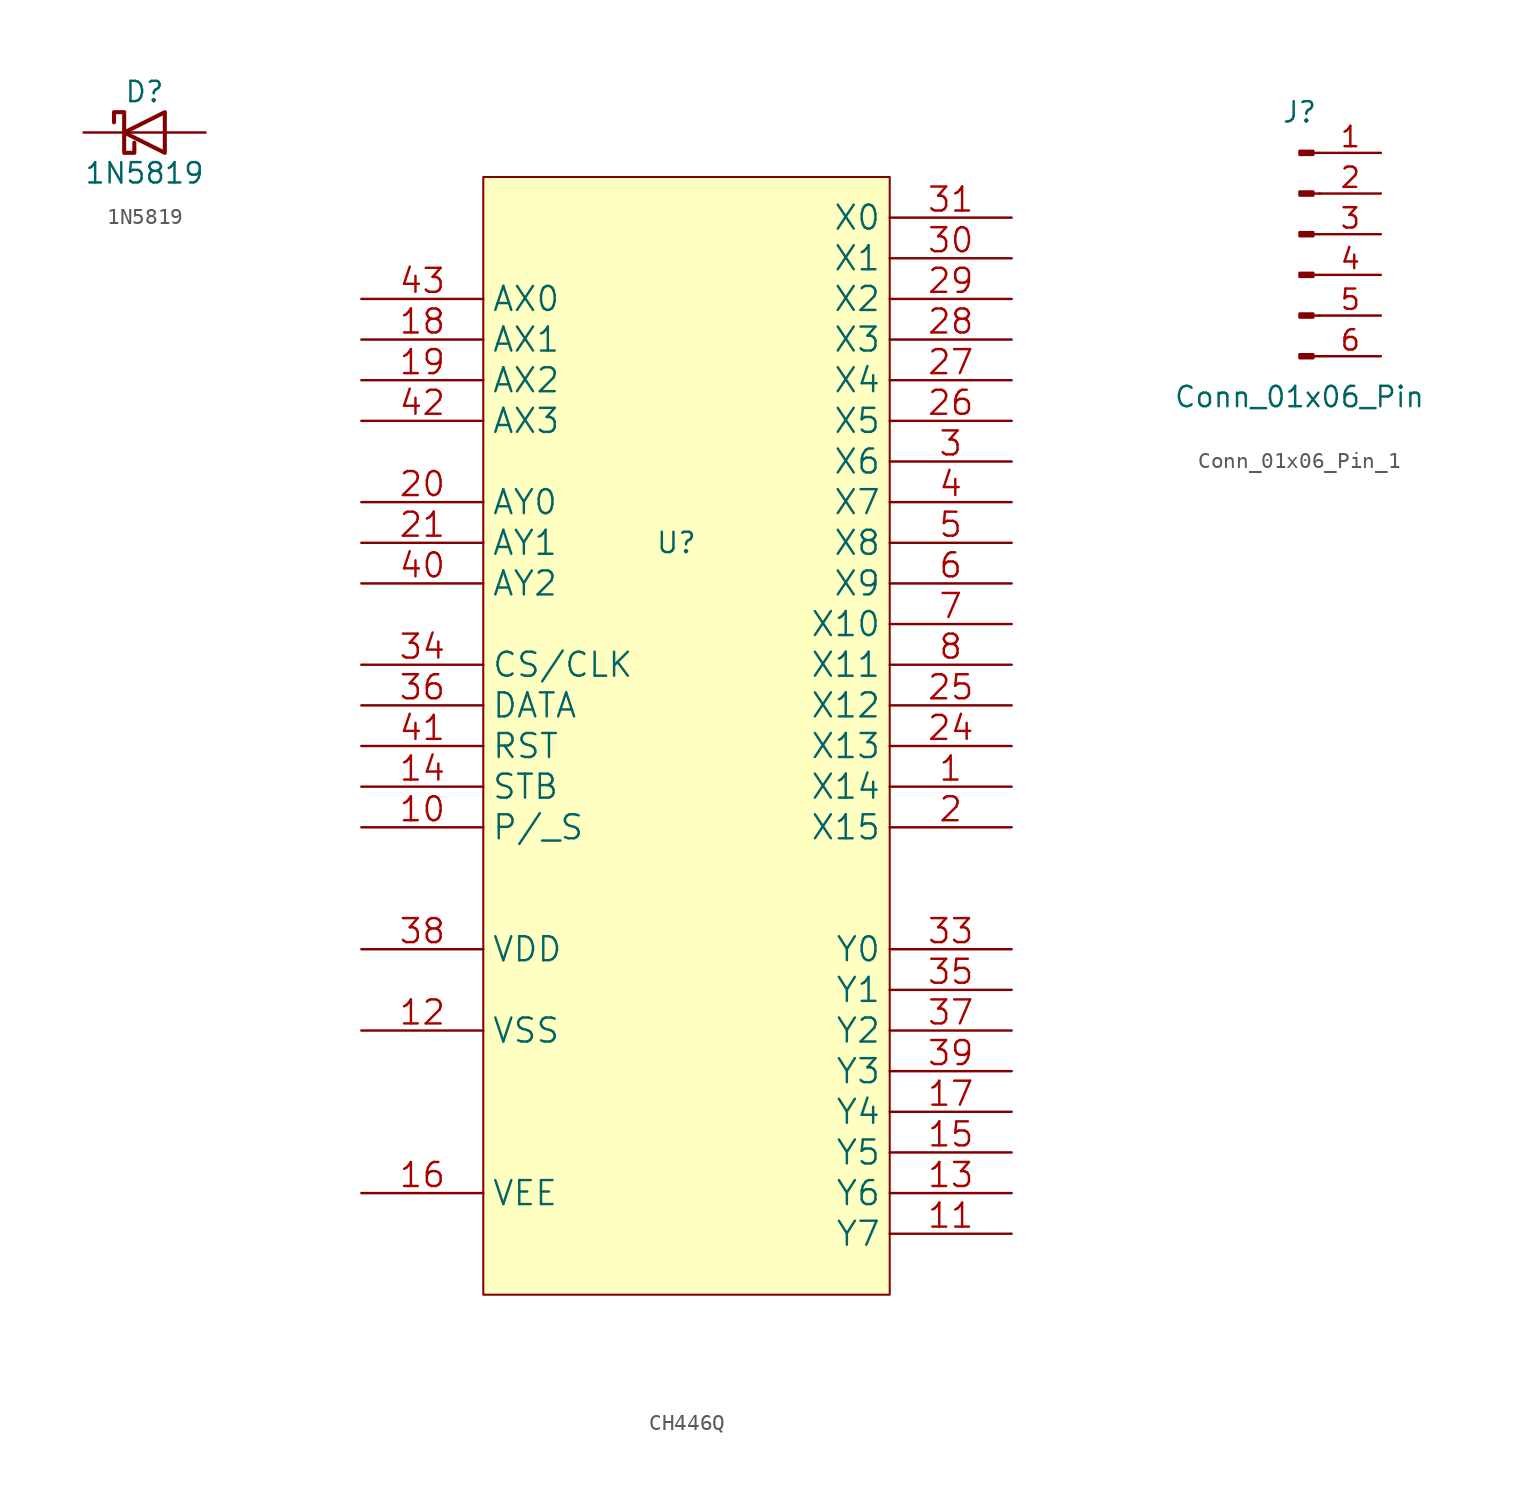
<source format=kicad_sym>
(kicad_symbol_lib
  (version 20220914)
  (generator kicad_symbol_editor)
  (symbol "1N5819"
    (pin_numbers hide)
    (pin_names
      (offset 1.016) hide)
    (property "Reference" "D"
      (at 0 2.54 0)
      (effects (font (size 1.27 1.27))))
    (property "Value" "1N5819"
      (at 0 -2.54 0)
      (effects (font (size 1.27 1.27))))
    (symbol "1N5819_0_1"
      (polyline (pts (xy 1.27 0) (xy -1.27 0)) (stroke (width 0) (type default)) (fill (type none)))
      (polyline (pts (xy 1.27 1.27) (xy 1.27 -1.27) (xy -1.27 0) (xy 1.27 1.27)) (stroke (width 0.254) (type default)) (fill (type none)))
      (polyline (pts (xy -1.905 0.635) (xy -1.905 1.27) (xy -1.27 1.27) (xy -1.27 -1.27) (xy -0.635 -1.27) (xy -0.635 -0.635)) (stroke (width 0.254) (type default)) (fill (type none))))
    (symbol "1N5819_1_1"
      (pin passive line (at -3.81 0 0) (length 2.54) (name "K" (effects (font (size 1.27 1.27)))) (number "1" (effects (font (size 1.27 1.27)))))
      (pin passive line (at 3.81 0 180) (length 2.54) (name "A" (effects (font (size 1.27 1.27)))) (number "2" (effects (font (size 1.27 1.27)))))))
  (symbol "CH446Q"
    (property "Reference" "U"
      (at 0 12.7 0)
      (effects (font (size 1.27 1.27))))
    (property "Value" ""
      (at 0 0 0)
      (effects (font (size 1.27 1.27))))
    (symbol "CH446Q_1_1"
      (rectangle (start -12.065 35.56) (end 13.335 -34.29) (stroke (width 0.127) (type default)) (fill (type background)))
      (pin bidirectional line (at 20.955 -2.54 180) (length 7.62) (name "X14" (effects (font (size 1.499 1.499)))) (number "1" (effects (font (size 1.499 1.499)))))
      (pin input line (at -19.685 -5.08 0) (length 7.62) (name "P/_S" (effects (font (size 1.499 1.499)))) (number "10" (effects (font (size 1.499 1.499)))))
      (pin bidirectional line (at 20.955 -30.48 180) (length 7.62) (name "Y7" (effects (font (size 1.499 1.499)))) (number "11" (effects (font (size 1.499 1.499)))))
      (pin power_in line (at -19.685 -17.78 0) (length 7.62) (name "VSS" (effects (font (size 1.499 1.499)))) (number "12" (effects (font (size 1.499 1.499)))))
      (pin bidirectional line (at 20.955 -27.94 180) (length 7.62) (name "Y6" (effects (font (size 1.499 1.499)))) (number "13" (effects (font (size 1.499 1.499)))))
      (pin input line (at -19.685 -2.54 0) (length 7.62) (name "STB" (effects (font (size 1.499 1.499)))) (number "14" (effects (font (size 1.499 1.499)))))
      (pin bidirectional line (at 20.955 -25.4 180) (length 7.62) (name "Y5" (effects (font (size 1.499 1.499)))) (number "15" (effects (font (size 1.499 1.499)))))
      (pin power_in line (at -19.685 -27.94 0) (length 7.62) (name "VEE" (effects (font (size 1.499 1.499)))) (number "16" (effects (font (size 1.499 1.499)))))
      (pin bidirectional line (at 20.955 -22.86 180) (length 7.62) (name "Y4" (effects (font (size 1.499 1.499)))) (number "17" (effects (font (size 1.499 1.499)))))
      (pin input line (at -19.685 25.4 0) (length 7.62) (name "AX1" (effects (font (size 1.499 1.499)))) (number "18" (effects (font (size 1.499 1.499)))))
      (pin input line (at -19.685 22.86 0) (length 7.62) (name "AX2" (effects (font (size 1.499 1.499)))) (number "19" (effects (font (size 1.499 1.499)))))
      (pin bidirectional line (at 20.955 -5.08 180) (length 7.62) (name "X15" (effects (font (size 1.499 1.499)))) (number "2" (effects (font (size 1.499 1.499)))))
      (pin input line (at -19.685 15.24 0) (length 7.62) (name "AY0" (effects (font (size 1.499 1.499)))) (number "20" (effects (font (size 1.499 1.499)))))
      (pin input line (at -19.685 12.7 0) (length 7.62) (name "AY1" (effects (font (size 1.499 1.499)))) (number "21" (effects (font (size 1.499 1.499)))))
      (pin bidirectional line (at 20.955 0 180) (length 7.62) (name "X13" (effects (font (size 1.499 1.499)))) (number "24" (effects (font (size 1.499 1.499)))))
      (pin bidirectional line (at 20.955 2.54 180) (length 7.62) (name "X12" (effects (font (size 1.499 1.499)))) (number "25" (effects (font (size 1.499 1.499)))))
      (pin bidirectional line (at 20.955 20.32 180) (length 7.62) (name "X5" (effects (font (size 1.499 1.499)))) (number "26" (effects (font (size 1.499 1.499)))))
      (pin bidirectional line (at 20.955 22.86 180) (length 7.62) (name "X4" (effects (font (size 1.499 1.499)))) (number "27" (effects (font (size 1.499 1.499)))))
      (pin bidirectional line (at 20.955 25.4 180) (length 7.62) (name "X3" (effects (font (size 1.499 1.499)))) (number "28" (effects (font (size 1.499 1.499)))))
      (pin bidirectional line (at 20.955 27.94 180) (length 7.62) (name "X2" (effects (font (size 1.499 1.499)))) (number "29" (effects (font (size 1.499 1.499)))))
      (pin bidirectional line (at 20.955 17.78 180) (length 7.62) (name "X6" (effects (font (size 1.499 1.499)))) (number "3" (effects (font (size 1.499 1.499)))))
      (pin bidirectional line (at 20.955 30.48 180) (length 7.62) (name "X1" (effects (font (size 1.499 1.499)))) (number "30" (effects (font (size 1.499 1.499)))))
      (pin bidirectional line (at 20.955 33.02 180) (length 7.62) (name "X0" (effects (font (size 1.499 1.499)))) (number "31" (effects (font (size 1.499 1.499)))))
      (pin bidirectional line (at 20.955 -12.7 180) (length 7.62) (name "Y0" (effects (font (size 1.499 1.499)))) (number "33" (effects (font (size 1.499 1.499)))))
      (pin input line (at -19.685 5.08 0) (length 7.62) (name "CS/CLK" (effects (font (size 1.499 1.499)))) (number "34" (effects (font (size 1.499 1.499)))))
      (pin bidirectional line (at 20.955 -15.24 180) (length 7.62) (name "Y1" (effects (font (size 1.499 1.499)))) (number "35" (effects (font (size 1.499 1.499)))))
      (pin input line (at -19.685 2.54 0) (length 7.62) (name "DATA" (effects (font (size 1.499 1.499)))) (number "36" (effects (font (size 1.499 1.499)))))
      (pin bidirectional line (at 20.955 -17.78 180) (length 7.62) (name "Y2" (effects (font (size 1.499 1.499)))) (number "37" (effects (font (size 1.499 1.499)))))
      (pin power_in line (at -19.685 -12.7 0) (length 7.62) (name "VDD" (effects (font (size 1.499 1.499)))) (number "38" (effects (font (size 1.499 1.499)))))
      (pin bidirectional line (at 20.955 -20.32 180) (length 7.62) (name "Y3" (effects (font (size 1.499 1.499)))) (number "39" (effects (font (size 1.499 1.499)))))
      (pin bidirectional line (at 20.955 15.24 180) (length 7.62) (name "X7" (effects (font (size 1.499 1.499)))) (number "4" (effects (font (size 1.499 1.499)))))
      (pin input line (at -19.685 10.16 0) (length 7.62) (name "AY2" (effects (font (size 1.499 1.499)))) (number "40" (effects (font (size 1.499 1.499)))))
      (pin input line (at -19.685 0 0) (length 7.62) (name "RST" (effects (font (size 1.499 1.499)))) (number "41" (effects (font (size 1.499 1.499)))))
      (pin input line (at -19.685 20.32 0) (length 7.62) (name "AX3" (effects (font (size 1.499 1.499)))) (number "42" (effects (font (size 1.499 1.499)))))
      (pin input line (at -19.685 27.94 0) (length 7.62) (name "AX0" (effects (font (size 1.499 1.499)))) (number "43" (effects (font (size 1.499 1.499)))))
      (pin bidirectional line (at 20.955 12.7 180) (length 7.62) (name "X8" (effects (font (size 1.499 1.499)))) (number "5" (effects (font (size 1.499 1.499)))))
      (pin bidirectional line (at 20.955 10.16 180) (length 7.62) (name "X9" (effects (font (size 1.499 1.499)))) (number "6" (effects (font (size 1.499 1.499)))))
      (pin bidirectional line (at 20.955 7.62 180) (length 7.62) (name "X10" (effects (font (size 1.499 1.499)))) (number "7" (effects (font (size 1.499 1.499)))))
      (pin bidirectional line (at 20.955 5.08 180) (length 7.62) (name "X11" (effects (font (size 1.499 1.499)))) (number "8" (effects (font (size 1.499 1.499)))))))
  (symbol "Conn_01x06_Pin_1"
    (pin_names
      (offset 1.016) hide)
    (property "Reference" "J"
      (at 0 7.62 0)
      (effects (font (size 1.27 1.27))))
    (property "Value" "Conn_01x06_Pin"
      (at 0 -10.16 0)
      (effects (font (size 1.27 1.27))))
    (property "ki_locked" ""
      (at 0 0 0)
      (effects (font (size 1.27 1.27))))
    (symbol "Conn_01x06_Pin_1_1_1"
      (polyline (pts (xy 1.27 -7.62) (xy 0.864 -7.62)) (stroke (width 0.152) (type default)) (fill (type none)))
      (polyline (pts (xy 1.27 -5.08) (xy 0.864 -5.08)) (stroke (width 0.152) (type default)) (fill (type none)))
      (polyline (pts (xy 1.27 -2.54) (xy 0.864 -2.54)) (stroke (width 0.152) (type default)) (fill (type none)))
      (polyline (pts (xy 1.27 0) (xy 0.864 0)) (stroke (width 0.152) (type default)) (fill (type none)))
      (polyline (pts (xy 1.27 2.54) (xy 0.864 2.54)) (stroke (width 0.152) (type default)) (fill (type none)))
      (polyline (pts (xy 1.27 5.08) (xy 0.864 5.08)) (stroke (width 0.152) (type default)) (fill (type none)))
      (rectangle (start 0.864 -7.493) (end 0 -7.747) (stroke (width 0.152) (type default)) (fill (type outline)))
      (rectangle (start 0.864 -4.953) (end 0 -5.207) (stroke (width 0.152) (type default)) (fill (type outline)))
      (rectangle (start 0.864 -2.413) (end 0 -2.667) (stroke (width 0.152) (type default)) (fill (type outline)))
      (rectangle (start 0.864 0.127) (end 0 -0.127) (stroke (width 0.152) (type default)) (fill (type outline)))
      (rectangle (start 0.864 2.667) (end 0 2.413) (stroke (width 0.152) (type default)) (fill (type outline)))
      (rectangle (start 0.864 5.207) (end 0 4.953) (stroke (width 0.152) (type default)) (fill (type outline)))
      (pin passive line (at 5.08 5.08 180) (length 3.81) (name "Pin_1" (effects (font (size 1.27 1.27)))) (number "1" (effects (font (size 1.27 1.27)))))
      (pin passive line (at 5.08 2.54 180) (length 3.81) (name "Pin_2" (effects (font (size 1.27 1.27)))) (number "2" (effects (font (size 1.27 1.27)))))
      (pin passive line (at 5.08 0 180) (length 3.81) (name "Pin_3" (effects (font (size 1.27 1.27)))) (number "3" (effects (font (size 1.27 1.27)))))
      (pin passive line (at 5.08 -2.54 180) (length 3.81) (name "Pin_4" (effects (font (size 1.27 1.27)))) (number "4" (effects (font (size 1.27 1.27)))))
      (pin passive line (at 5.08 -5.08 180) (length 3.81) (name "Pin_5" (effects (font (size 1.27 1.27)))) (number "5" (effects (font (size 1.27 1.27)))))
      (pin passive line (at 5.08 -7.62 180) (length 3.81) (name "Pin_6" (effects (font (size 1.27 1.27)))) (number "6" (effects (font (size 1.27 1.27))))))))
</source>
